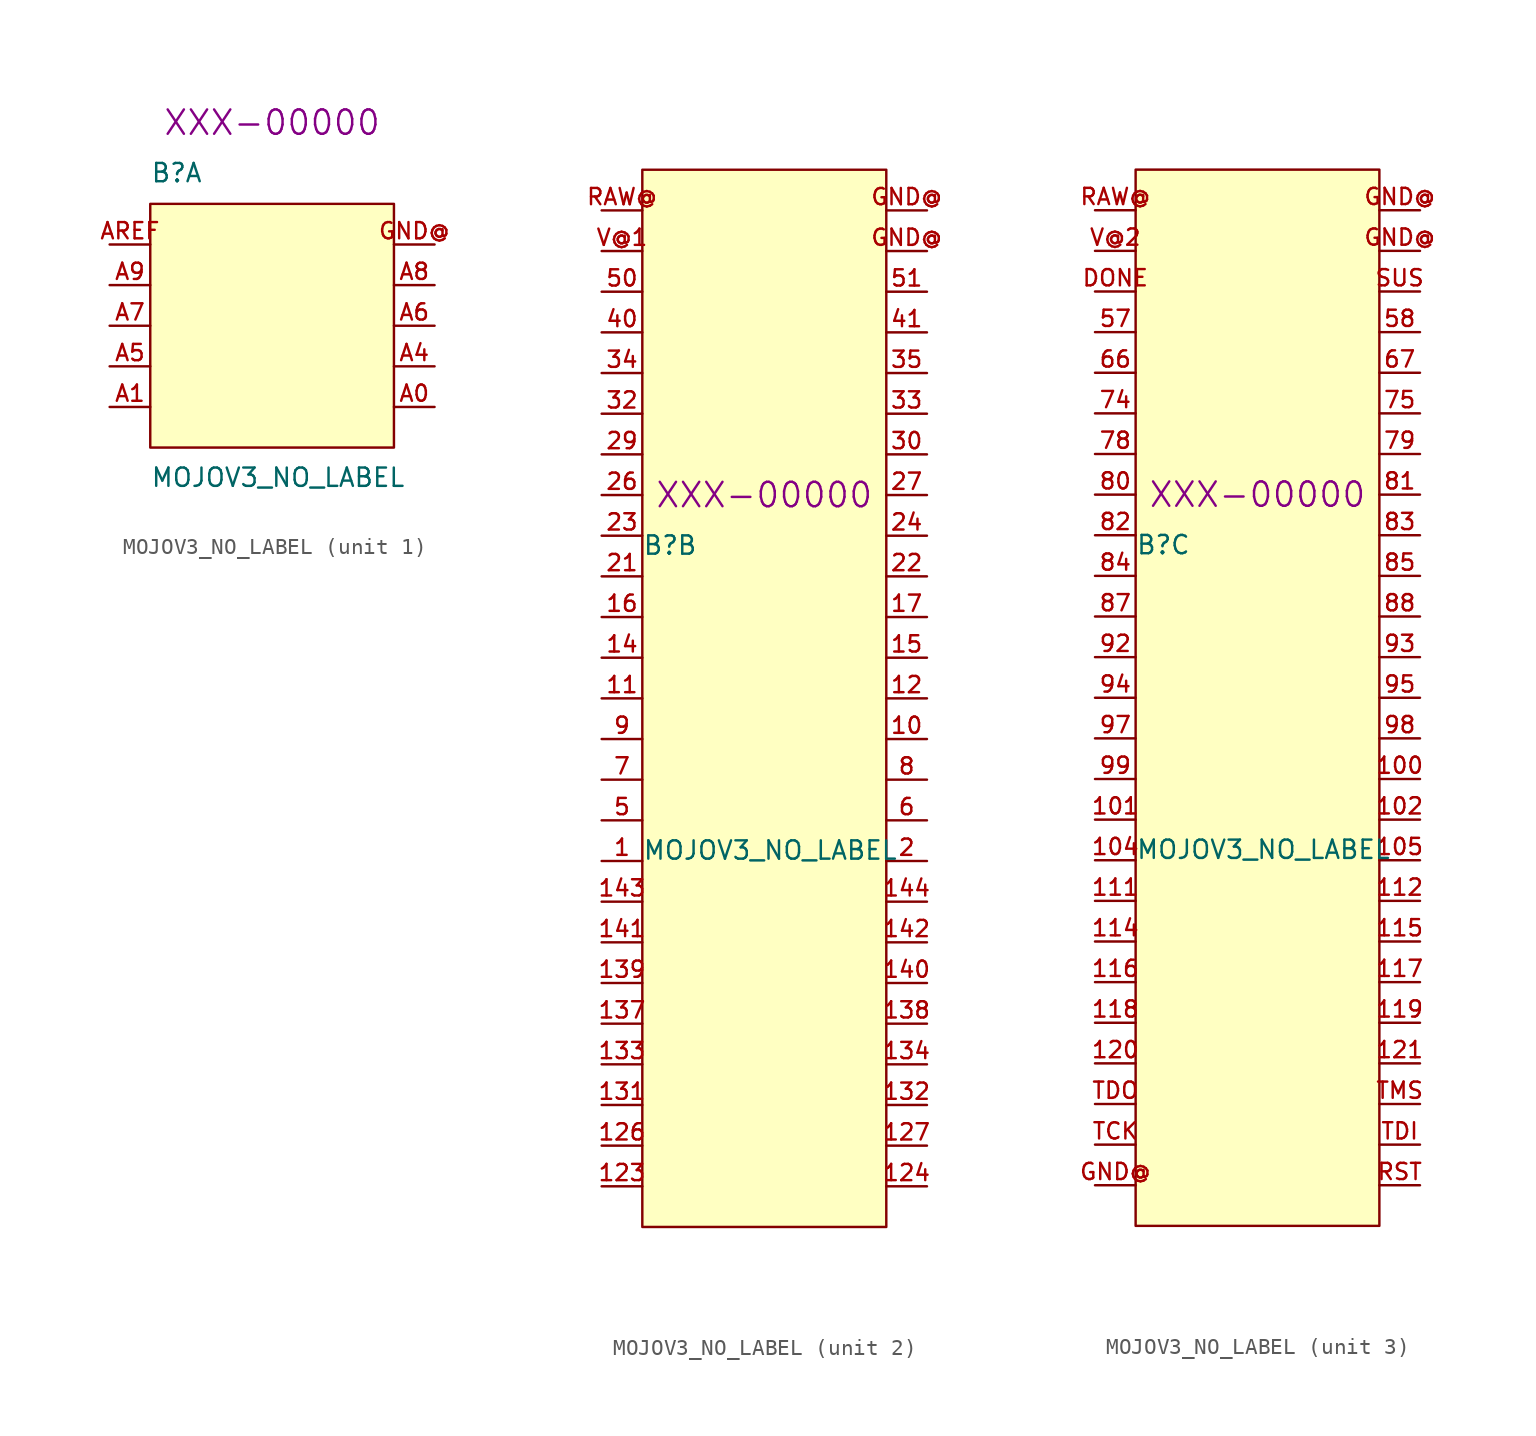
<source format=kicad_sym>
(kicad_symbol_lib
  (version 20211014)
  (generator kicad_symbol_editor)
  (symbol "MOJOV3_NO_LABEL"
    (pin_names
      (offset 1.016) hide)
    (property "Reference" "B"
      (at -7.62 8.89 0)
      (effects (font (size 1.143 1.143)) (justify left bottom)))
    (property "Value" "MOJOV3_NO_LABEL"
      (at -7.62 -10.16 0)
      (effects (font (size 1.143 1.143)) (justify left bottom)))
    (property "Field4" "XXX-00000"
      (at 0 12.7 0)
      (effects (font (size 1.524 1.524))))
    (property "ki_locked" ""
      (at 0 0 0)
      (effects (font (size 1.27 1.27))))
    (symbol "MOJOV3_NO_LABEL_1_1"
      (polyline (pts (xy -7.62 7.62) (xy 7.62 7.62) (xy 7.62 -7.62) (xy -7.62 -7.62) (xy -7.62 7.62)) (stroke (width 0) (type default) (color 0 0 0 0)) (fill (type background)))
      (pin input line (at 10.16 -5.08 180) (length 2.54) (name "A0" (effects (font (size 1.016 1.016)))) (number "A0" (effects (font (size 1.016 1.016)))))
      (pin input line (at -10.16 -5.08 0) (length 2.54) (name "A1" (effects (font (size 1.016 1.016)))) (number "A1" (effects (font (size 1.016 1.016)))))
      (pin input line (at 10.16 -2.54 180) (length 2.54) (name "A4" (effects (font (size 1.016 1.016)))) (number "A4" (effects (font (size 1.016 1.016)))))
      (pin input line (at -10.16 -2.54 0) (length 2.54) (name "A5" (effects (font (size 1.016 1.016)))) (number "A5" (effects (font (size 1.016 1.016)))))
      (pin input line (at 10.16 0 180) (length 2.54) (name "A6" (effects (font (size 1.016 1.016)))) (number "A6" (effects (font (size 1.016 1.016)))))
      (pin input line (at -10.16 0 0) (length 2.54) (name "A7" (effects (font (size 1.016 1.016)))) (number "A7" (effects (font (size 1.016 1.016)))))
      (pin input line (at 10.16 2.54 180) (length 2.54) (name "A8" (effects (font (size 1.016 1.016)))) (number "A8" (effects (font (size 1.016 1.016)))))
      (pin input line (at -10.16 2.54 0) (length 2.54) (name "A9" (effects (font (size 1.016 1.016)))) (number "A9" (effects (font (size 1.016 1.016)))))
      (pin input line (at -10.16 5.08 0) (length 2.54) (name "AREF" (effects (font (size 1.016 1.016)))) (number "AREF" (effects (font (size 1.016 1.016)))))
      (pin power_out line (at 10.16 5.08 180) (length 2.54) (name "GND" (effects (font (size 1.016 1.016)))) (number "GND@" (effects (font (size 1.016 1.016))))))
    (symbol "MOJOV3_NO_LABEL_2_1"
      (polyline (pts (xy -7.62 33.02) (xy 7.62 33.02) (xy 7.62 -33.02) (xy -7.62 -33.02) (xy -7.62 33.02)) (stroke (width 0) (type default) (color 0 0 0 0)) (fill (type background)))
      (pin bidirectional line (at -10.16 -10.16 0) (length 2.54) (name "1" (effects (font (size 1.016 1.016)))) (number "1" (effects (font (size 1.016 1.016)))))
      (pin bidirectional line (at 10.16 -2.54 180) (length 2.54) (name "10" (effects (font (size 1.016 1.016)))) (number "10" (effects (font (size 1.016 1.016)))))
      (pin bidirectional line (at -10.16 0 0) (length 2.54) (name "11" (effects (font (size 1.016 1.016)))) (number "11" (effects (font (size 1.016 1.016)))))
      (pin bidirectional line (at 10.16 0 180) (length 2.54) (name "12" (effects (font (size 1.016 1.016)))) (number "12" (effects (font (size 1.016 1.016)))))
      (pin bidirectional line (at -10.16 -30.48 0) (length 2.54) (name "123" (effects (font (size 1.016 1.016)))) (number "123" (effects (font (size 1.016 1.016)))))
      (pin bidirectional line (at 10.16 -30.48 180) (length 2.54) (name "124" (effects (font (size 1.016 1.016)))) (number "124" (effects (font (size 1.016 1.016)))))
      (pin bidirectional line (at -10.16 -27.94 0) (length 2.54) (name "126" (effects (font (size 1.016 1.016)))) (number "126" (effects (font (size 1.016 1.016)))))
      (pin bidirectional line (at 10.16 -27.94 180) (length 2.54) (name "127" (effects (font (size 1.016 1.016)))) (number "127" (effects (font (size 1.016 1.016)))))
      (pin bidirectional line (at -10.16 -25.4 0) (length 2.54) (name "131" (effects (font (size 1.016 1.016)))) (number "131" (effects (font (size 1.016 1.016)))))
      (pin bidirectional line (at 10.16 -25.4 180) (length 2.54) (name "132" (effects (font (size 1.016 1.016)))) (number "132" (effects (font (size 1.016 1.016)))))
      (pin bidirectional line (at -10.16 -22.86 0) (length 2.54) (name "133" (effects (font (size 1.016 1.016)))) (number "133" (effects (font (size 1.016 1.016)))))
      (pin bidirectional line (at 10.16 -22.86 180) (length 2.54) (name "134" (effects (font (size 1.016 1.016)))) (number "134" (effects (font (size 1.016 1.016)))))
      (pin bidirectional line (at -10.16 -20.32 0) (length 2.54) (name "137" (effects (font (size 1.016 1.016)))) (number "137" (effects (font (size 1.016 1.016)))))
      (pin bidirectional line (at 10.16 -20.32 180) (length 2.54) (name "138" (effects (font (size 1.016 1.016)))) (number "138" (effects (font (size 1.016 1.016)))))
      (pin bidirectional line (at -10.16 -17.78 0) (length 2.54) (name "139" (effects (font (size 1.016 1.016)))) (number "139" (effects (font (size 1.016 1.016)))))
      (pin bidirectional line (at -10.16 2.54 0) (length 2.54) (name "14" (effects (font (size 1.016 1.016)))) (number "14" (effects (font (size 1.016 1.016)))))
      (pin bidirectional line (at 10.16 -17.78 180) (length 2.54) (name "140" (effects (font (size 1.016 1.016)))) (number "140" (effects (font (size 1.016 1.016)))))
      (pin bidirectional line (at -10.16 -15.24 0) (length 2.54) (name "141" (effects (font (size 1.016 1.016)))) (number "141" (effects (font (size 1.016 1.016)))))
      (pin bidirectional line (at 10.16 -15.24 180) (length 2.54) (name "142" (effects (font (size 1.016 1.016)))) (number "142" (effects (font (size 1.016 1.016)))))
      (pin bidirectional line (at -10.16 -12.7 0) (length 2.54) (name "143" (effects (font (size 1.016 1.016)))) (number "143" (effects (font (size 1.016 1.016)))))
      (pin bidirectional line (at 10.16 -12.7 180) (length 2.54) (name "144" (effects (font (size 1.016 1.016)))) (number "144" (effects (font (size 1.016 1.016)))))
      (pin bidirectional line (at 10.16 2.54 180) (length 2.54) (name "15" (effects (font (size 1.016 1.016)))) (number "15" (effects (font (size 1.016 1.016)))))
      (pin bidirectional line (at -10.16 5.08 0) (length 2.54) (name "16" (effects (font (size 1.016 1.016)))) (number "16" (effects (font (size 1.016 1.016)))))
      (pin bidirectional line (at 10.16 5.08 180) (length 2.54) (name "17" (effects (font (size 1.016 1.016)))) (number "17" (effects (font (size 1.016 1.016)))))
      (pin bidirectional line (at 10.16 -10.16 180) (length 2.54) (name "2" (effects (font (size 1.016 1.016)))) (number "2" (effects (font (size 1.016 1.016)))))
      (pin bidirectional line (at -10.16 7.62 0) (length 2.54) (name "21" (effects (font (size 1.016 1.016)))) (number "21" (effects (font (size 1.016 1.016)))))
      (pin bidirectional line (at 10.16 7.62 180) (length 2.54) (name "22" (effects (font (size 1.016 1.016)))) (number "22" (effects (font (size 1.016 1.016)))))
      (pin bidirectional line (at -10.16 10.16 0) (length 2.54) (name "23" (effects (font (size 1.016 1.016)))) (number "23" (effects (font (size 1.016 1.016)))))
      (pin bidirectional line (at 10.16 10.16 180) (length 2.54) (name "24" (effects (font (size 1.016 1.016)))) (number "24" (effects (font (size 1.016 1.016)))))
      (pin bidirectional line (at -10.16 12.7 0) (length 2.54) (name "26" (effects (font (size 1.016 1.016)))) (number "26" (effects (font (size 1.016 1.016)))))
      (pin bidirectional line (at 10.16 12.7 180) (length 2.54) (name "27" (effects (font (size 1.016 1.016)))) (number "27" (effects (font (size 1.016 1.016)))))
      (pin bidirectional line (at -10.16 15.24 0) (length 2.54) (name "29" (effects (font (size 1.016 1.016)))) (number "29" (effects (font (size 1.016 1.016)))))
      (pin bidirectional line (at 10.16 15.24 180) (length 2.54) (name "30" (effects (font (size 1.016 1.016)))) (number "30" (effects (font (size 1.016 1.016)))))
      (pin bidirectional line (at -10.16 17.78 0) (length 2.54) (name "32" (effects (font (size 1.016 1.016)))) (number "32" (effects (font (size 1.016 1.016)))))
      (pin bidirectional line (at 10.16 17.78 180) (length 2.54) (name "33" (effects (font (size 1.016 1.016)))) (number "33" (effects (font (size 1.016 1.016)))))
      (pin bidirectional line (at -10.16 20.32 0) (length 2.54) (name "34" (effects (font (size 1.016 1.016)))) (number "34" (effects (font (size 1.016 1.016)))))
      (pin bidirectional line (at 10.16 20.32 180) (length 2.54) (name "35" (effects (font (size 1.016 1.016)))) (number "35" (effects (font (size 1.016 1.016)))))
      (pin bidirectional line (at -10.16 22.86 0) (length 2.54) (name "40" (effects (font (size 1.016 1.016)))) (number "40" (effects (font (size 1.016 1.016)))))
      (pin bidirectional line (at 10.16 22.86 180) (length 2.54) (name "41" (effects (font (size 1.016 1.016)))) (number "41" (effects (font (size 1.016 1.016)))))
      (pin bidirectional line (at -10.16 -7.62 0) (length 2.54) (name "5" (effects (font (size 1.016 1.016)))) (number "5" (effects (font (size 1.016 1.016)))))
      (pin bidirectional line (at -10.16 25.4 0) (length 2.54) (name "50" (effects (font (size 1.016 1.016)))) (number "50" (effects (font (size 1.016 1.016)))))
      (pin bidirectional line (at 10.16 25.4 180) (length 2.54) (name "51" (effects (font (size 1.016 1.016)))) (number "51" (effects (font (size 1.016 1.016)))))
      (pin bidirectional line (at 10.16 -7.62 180) (length 2.54) (name "6" (effects (font (size 1.016 1.016)))) (number "6" (effects (font (size 1.016 1.016)))))
      (pin bidirectional line (at -10.16 -5.08 0) (length 2.54) (name "7" (effects (font (size 1.016 1.016)))) (number "7" (effects (font (size 1.016 1.016)))))
      (pin bidirectional line (at 10.16 -5.08 180) (length 2.54) (name "8" (effects (font (size 1.016 1.016)))) (number "8" (effects (font (size 1.016 1.016)))))
      (pin bidirectional line (at -10.16 -2.54 0) (length 2.54) (name "9" (effects (font (size 1.016 1.016)))) (number "9" (effects (font (size 1.016 1.016)))))
      (pin power_out line (at 10.16 27.94 180) (length 2.54) (name "GND" (effects (font (size 1.016 1.016)))) (number "GND@" (effects (font (size 1.016 1.016)))))
      (pin power_out line (at 10.16 30.48 180) (length 2.54) (name "GND" (effects (font (size 1.016 1.016)))) (number "GND@" (effects (font (size 1.016 1.016)))))
      (pin power_out line (at -10.16 30.48 0) (length 2.54) (name "RAW" (effects (font (size 1.016 1.016)))) (number "RAW@" (effects (font (size 1.016 1.016)))))
      (pin power_out line (at -10.16 27.94 0) (length 2.54) (name "+V" (effects (font (size 1.016 1.016)))) (number "V@1" (effects (font (size 1.016 1.016))))))
    (symbol "MOJOV3_NO_LABEL_3_1"
      (polyline (pts (xy -7.62 33.02) (xy 7.62 33.02) (xy 7.62 -33.02) (xy -7.62 -33.02) (xy -7.62 33.02)) (stroke (width 0) (type default) (color 0 0 0 0)) (fill (type background)))
      (pin bidirectional line (at 10.16 -5.08 180) (length 2.54) (name "100" (effects (font (size 1.016 1.016)))) (number "100" (effects (font (size 1.016 1.016)))))
      (pin bidirectional line (at -10.16 -7.62 0) (length 2.54) (name "101" (effects (font (size 1.016 1.016)))) (number "101" (effects (font (size 1.016 1.016)))))
      (pin bidirectional line (at 10.16 -7.62 180) (length 2.54) (name "102" (effects (font (size 1.016 1.016)))) (number "102" (effects (font (size 1.016 1.016)))))
      (pin bidirectional line (at -10.16 -10.16 0) (length 2.54) (name "104" (effects (font (size 1.016 1.016)))) (number "104" (effects (font (size 1.016 1.016)))))
      (pin bidirectional line (at 10.16 -10.16 180) (length 2.54) (name "105" (effects (font (size 1.016 1.016)))) (number "105" (effects (font (size 1.016 1.016)))))
      (pin bidirectional line (at -10.16 -12.7 0) (length 2.54) (name "111" (effects (font (size 1.016 1.016)))) (number "111" (effects (font (size 1.016 1.016)))))
      (pin bidirectional line (at 10.16 -12.7 180) (length 2.54) (name "112" (effects (font (size 1.016 1.016)))) (number "112" (effects (font (size 1.016 1.016)))))
      (pin bidirectional line (at -10.16 -15.24 0) (length 2.54) (name "114" (effects (font (size 1.016 1.016)))) (number "114" (effects (font (size 1.016 1.016)))))
      (pin bidirectional line (at 10.16 -15.24 180) (length 2.54) (name "115" (effects (font (size 1.016 1.016)))) (number "115" (effects (font (size 1.016 1.016)))))
      (pin bidirectional line (at -10.16 -17.78 0) (length 2.54) (name "116" (effects (font (size 1.016 1.016)))) (number "116" (effects (font (size 1.016 1.016)))))
      (pin bidirectional line (at 10.16 -17.78 180) (length 2.54) (name "117" (effects (font (size 1.016 1.016)))) (number "117" (effects (font (size 1.016 1.016)))))
      (pin bidirectional line (at -10.16 -20.32 0) (length 2.54) (name "118" (effects (font (size 1.016 1.016)))) (number "118" (effects (font (size 1.016 1.016)))))
      (pin bidirectional line (at 10.16 -20.32 180) (length 2.54) (name "119" (effects (font (size 1.016 1.016)))) (number "119" (effects (font (size 1.016 1.016)))))
      (pin bidirectional line (at -10.16 -22.86 0) (length 2.54) (name "120" (effects (font (size 1.016 1.016)))) (number "120" (effects (font (size 1.016 1.016)))))
      (pin bidirectional line (at 10.16 -22.86 180) (length 2.54) (name "121" (effects (font (size 1.016 1.016)))) (number "121" (effects (font (size 1.016 1.016)))))
      (pin bidirectional line (at -10.16 22.86 0) (length 2.54) (name "57" (effects (font (size 1.016 1.016)))) (number "57" (effects (font (size 1.016 1.016)))))
      (pin bidirectional line (at 10.16 22.86 180) (length 2.54) (name "58" (effects (font (size 1.016 1.016)))) (number "58" (effects (font (size 1.016 1.016)))))
      (pin bidirectional line (at -10.16 20.32 0) (length 2.54) (name "66" (effects (font (size 1.016 1.016)))) (number "66" (effects (font (size 1.016 1.016)))))
      (pin bidirectional line (at 10.16 20.32 180) (length 2.54) (name "67" (effects (font (size 1.016 1.016)))) (number "67" (effects (font (size 1.016 1.016)))))
      (pin bidirectional line (at -10.16 17.78 0) (length 2.54) (name "74" (effects (font (size 1.016 1.016)))) (number "74" (effects (font (size 1.016 1.016)))))
      (pin bidirectional line (at 10.16 17.78 180) (length 2.54) (name "75" (effects (font (size 1.016 1.016)))) (number "75" (effects (font (size 1.016 1.016)))))
      (pin bidirectional line (at -10.16 15.24 0) (length 2.54) (name "78" (effects (font (size 1.016 1.016)))) (number "78" (effects (font (size 1.016 1.016)))))
      (pin bidirectional line (at 10.16 15.24 180) (length 2.54) (name "79" (effects (font (size 1.016 1.016)))) (number "79" (effects (font (size 1.016 1.016)))))
      (pin bidirectional line (at -10.16 12.7 0) (length 2.54) (name "80" (effects (font (size 1.016 1.016)))) (number "80" (effects (font (size 1.016 1.016)))))
      (pin bidirectional line (at 10.16 12.7 180) (length 2.54) (name "81" (effects (font (size 1.016 1.016)))) (number "81" (effects (font (size 1.016 1.016)))))
      (pin bidirectional line (at -10.16 10.16 0) (length 2.54) (name "82" (effects (font (size 1.016 1.016)))) (number "82" (effects (font (size 1.016 1.016)))))
      (pin bidirectional line (at 10.16 10.16 180) (length 2.54) (name "83" (effects (font (size 1.016 1.016)))) (number "83" (effects (font (size 1.016 1.016)))))
      (pin bidirectional line (at -10.16 7.62 0) (length 2.54) (name "84" (effects (font (size 1.016 1.016)))) (number "84" (effects (font (size 1.016 1.016)))))
      (pin bidirectional line (at 10.16 7.62 180) (length 2.54) (name "85" (effects (font (size 1.016 1.016)))) (number "85" (effects (font (size 1.016 1.016)))))
      (pin bidirectional line (at -10.16 5.08 0) (length 2.54) (name "87" (effects (font (size 1.016 1.016)))) (number "87" (effects (font (size 1.016 1.016)))))
      (pin bidirectional line (at 10.16 5.08 180) (length 2.54) (name "88" (effects (font (size 1.016 1.016)))) (number "88" (effects (font (size 1.016 1.016)))))
      (pin bidirectional line (at -10.16 2.54 0) (length 2.54) (name "92" (effects (font (size 1.016 1.016)))) (number "92" (effects (font (size 1.016 1.016)))))
      (pin bidirectional line (at 10.16 2.54 180) (length 2.54) (name "93" (effects (font (size 1.016 1.016)))) (number "93" (effects (font (size 1.016 1.016)))))
      (pin bidirectional line (at -10.16 0 0) (length 2.54) (name "94" (effects (font (size 1.016 1.016)))) (number "94" (effects (font (size 1.016 1.016)))))
      (pin bidirectional line (at 10.16 0 180) (length 2.54) (name "95" (effects (font (size 1.016 1.016)))) (number "95" (effects (font (size 1.016 1.016)))))
      (pin bidirectional line (at -10.16 -2.54 0) (length 2.54) (name "97" (effects (font (size 1.016 1.016)))) (number "97" (effects (font (size 1.016 1.016)))))
      (pin bidirectional line (at 10.16 -2.54 180) (length 2.54) (name "98" (effects (font (size 1.016 1.016)))) (number "98" (effects (font (size 1.016 1.016)))))
      (pin bidirectional line (at -10.16 -5.08 0) (length 2.54) (name "99" (effects (font (size 1.016 1.016)))) (number "99" (effects (font (size 1.016 1.016)))))
      (pin bidirectional line (at -10.16 25.4 0) (length 2.54) (name "DONE" (effects (font (size 1.016 1.016)))) (number "DONE" (effects (font (size 1.016 1.016)))))
      (pin power_out line (at -10.16 -30.48 0) (length 2.54) (name "GND" (effects (font (size 1.016 1.016)))) (number "GND@" (effects (font (size 1.016 1.016)))))
      (pin power_out line (at 10.16 27.94 180) (length 2.54) (name "GND" (effects (font (size 1.016 1.016)))) (number "GND@" (effects (font (size 1.016 1.016)))))
      (pin power_out line (at 10.16 30.48 180) (length 2.54) (name "GND" (effects (font (size 1.016 1.016)))) (number "GND@" (effects (font (size 1.016 1.016)))))
      (pin power_out line (at -10.16 30.48 0) (length 2.54) (name "RAW" (effects (font (size 1.016 1.016)))) (number "RAW@" (effects (font (size 1.016 1.016)))))
      (pin input line (at 10.16 -30.48 180) (length 2.54) (name "RST" (effects (font (size 1.016 1.016)))) (number "RST" (effects (font (size 1.016 1.016)))))
      (pin input line (at 10.16 25.4 180) (length 2.54) (name "SUS" (effects (font (size 1.016 1.016)))) (number "SUS" (effects (font (size 1.016 1.016)))))
      (pin input line (at -10.16 -27.94 0) (length 2.54) (name "TCK" (effects (font (size 1.016 1.016)))) (number "TCK" (effects (font (size 1.016 1.016)))))
      (pin input line (at 10.16 -27.94 180) (length 2.54) (name "TDI" (effects (font (size 1.016 1.016)))) (number "TDI" (effects (font (size 1.016 1.016)))))
      (pin output line (at -10.16 -25.4 0) (length 2.54) (name "TDO" (effects (font (size 1.016 1.016)))) (number "TDO" (effects (font (size 1.016 1.016)))))
      (pin input line (at 10.16 -25.4 180) (length 2.54) (name "TMS" (effects (font (size 1.016 1.016)))) (number "TMS" (effects (font (size 1.016 1.016)))))
      (pin power_out line (at -10.16 27.94 0) (length 2.54) (name "+V" (effects (font (size 1.016 1.016)))) (number "V@2" (effects (font (size 1.016 1.016))))))))
</source>
